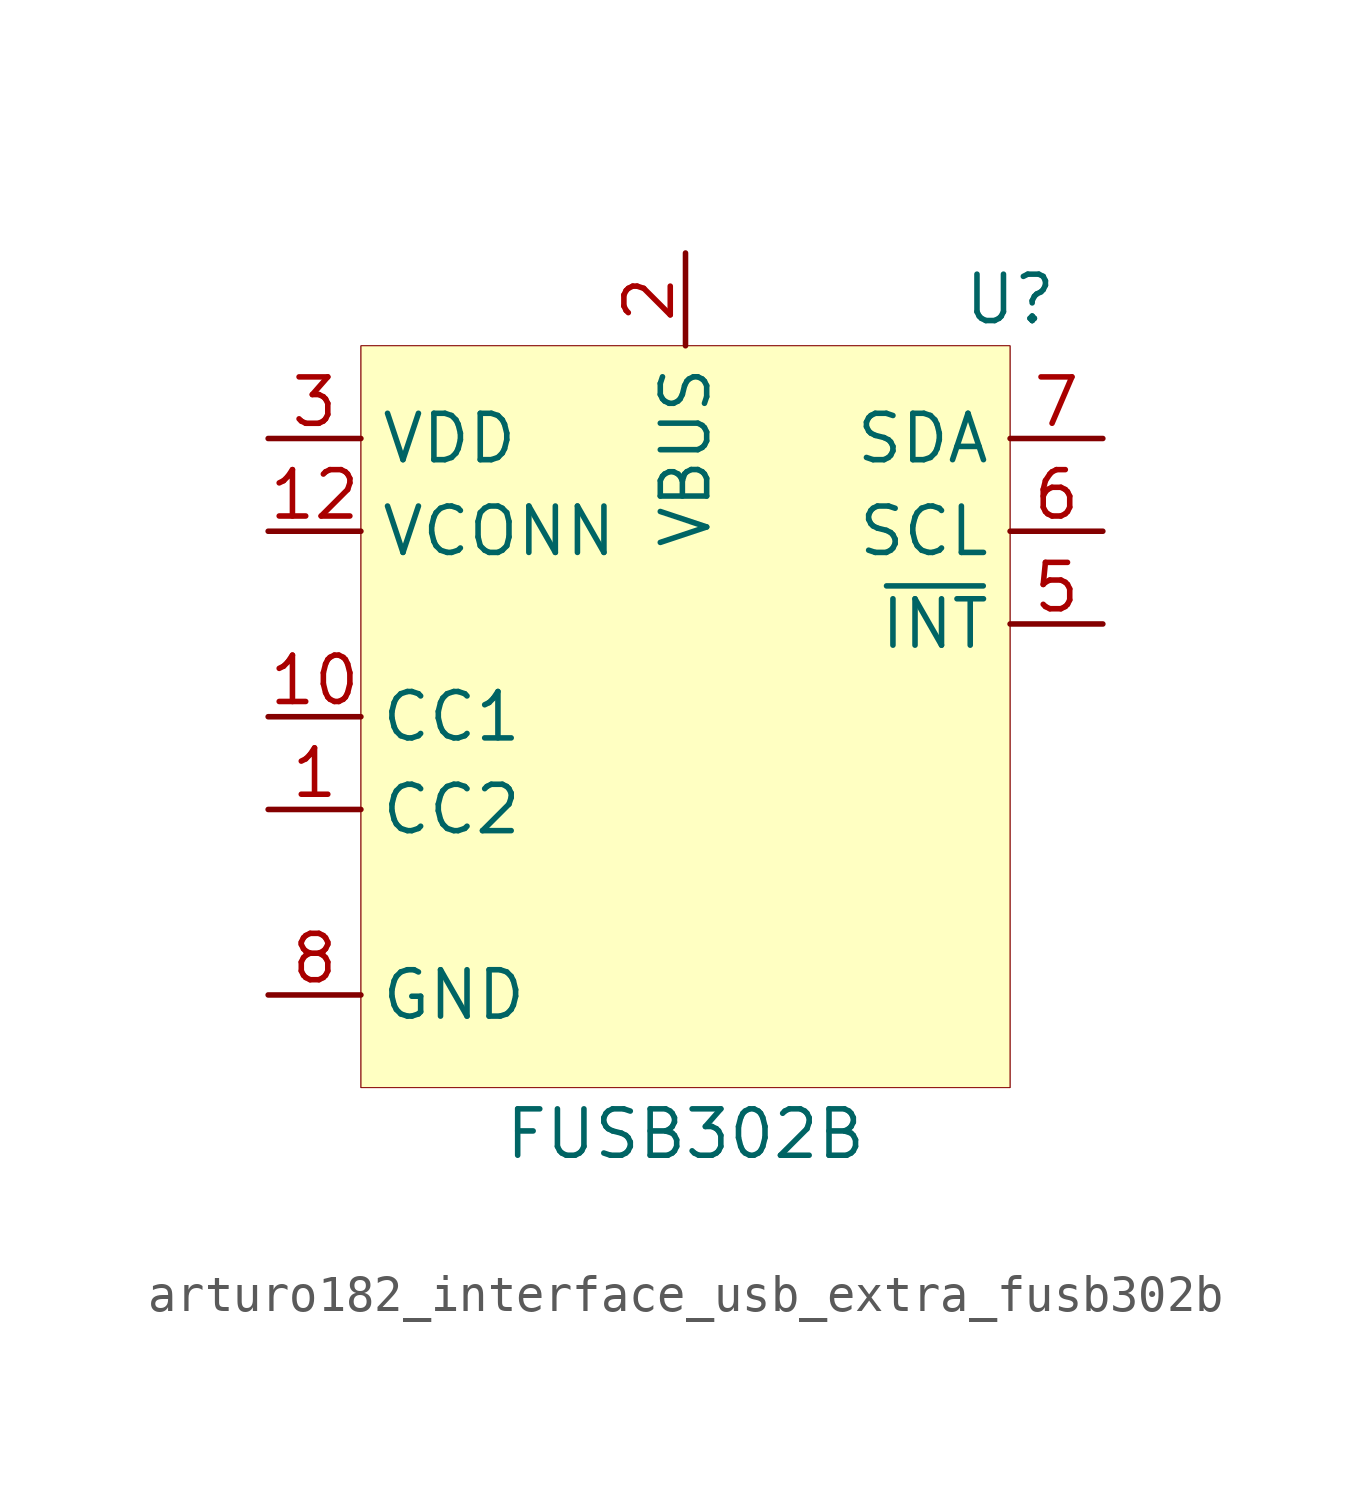
<source format=kicad_sym>
(kicad_symbol_lib
  (version 20220914)
  (generator kicad_symbol_editor)
  (symbol "arturo182_interface_usb_extra_fusb302b"
    (property "Reference" "U"
      (at 8.89 11.43 0)
      (effects (font (size 1.27 1.27))))
    (property "Value" "FUSB302B"
      (at 0 -11.43 0)
      (effects (font (size 1.27 1.27))))
    (symbol "arturo182_interface_usb_extra_fusb302b_0_0"
      (pin input line (at -11.43 -2.54 0) (length 2.54) (name "CC2" (effects (font (size 1.27 1.27)))) (number "1" (effects (font (size 1.27 1.27)))))
      (pin input line (at -11.43 0 0) (length 2.54) (name "CC1" (effects (font (size 1.27 1.27)))) (number "10" (effects (font (size 1.27 1.27)))))
      (pin passive line (at -11.43 0 0) (length 2.54) hide (name "CC1" (effects (font (size 1.27 1.27)))) (number "11" (effects (font (size 1.27 1.27)))))
      (pin input line (at -11.43 5.08 0) (length 2.54) (name "VCONN" (effects (font (size 1.27 1.27)))) (number "12" (effects (font (size 1.27 1.27)))))
      (pin passive line (at -11.43 5.08 0) (length 2.54) hide (name "VCONN" (effects (font (size 1.27 1.27)))) (number "13" (effects (font (size 1.27 1.27)))))
      (pin passive line (at -11.43 -2.54 0) (length 2.54) hide (name "CC2" (effects (font (size 1.27 1.27)))) (number "14" (effects (font (size 1.27 1.27)))))
      (pin passive line (at -11.43 -7.62 0) (length 2.54) hide (name "GND" (effects (font (size 1.27 1.27)))) (number "15" (effects (font (size 1.27 1.27)))))
      (pin power_in line (at 0 12.7 270) (length 2.54) (name "VBUS" (effects (font (size 1.27 1.27)))) (number "2" (effects (font (size 1.27 1.27)))))
      (pin power_in line (at -11.43 7.62 0) (length 2.54) (name "VDD" (effects (font (size 1.27 1.27)))) (number "3" (effects (font (size 1.27 1.27)))))
      (pin passive line (at -11.43 7.62 0) (length 2.54) hide (name "VDD" (effects (font (size 1.27 1.27)))) (number "4" (effects (font (size 1.27 1.27)))))
      (pin output line (at 11.43 2.54 180) (length 2.54) (name "~{INT}" (effects (font (size 1.27 1.27)))) (number "5" (effects (font (size 1.27 1.27)))))
      (pin input line (at 11.43 5.08 180) (length 2.54) (name "SCL" (effects (font (size 1.27 1.27)))) (number "6" (effects (font (size 1.27 1.27)))))
      (pin bidirectional line (at 11.43 7.62 180) (length 2.54) (name "SDA" (effects (font (size 1.27 1.27)))) (number "7" (effects (font (size 1.27 1.27)))))
      (pin power_in line (at -11.43 -7.62 0) (length 2.54) (name "GND" (effects (font (size 1.27 1.27)))) (number "8" (effects (font (size 1.27 1.27)))))
      (pin passive line (at -11.43 -7.62 0) (length 2.54) hide (name "GND" (effects (font (size 1.27 1.27)))) (number "9" (effects (font (size 1.27 1.27))))))
    (symbol "arturo182_interface_usb_extra_fusb302b_0_1"
      (rectangle (start -8.89 10.16) (end 8.89 -10.16) (stroke (width 0.001) (type default)) (fill (type background)))
      (rectangle (start -8.89 10.16) (end 8.89 -10.16) (stroke (width 0.001) (type default)) (fill (type background))))))
</source>
